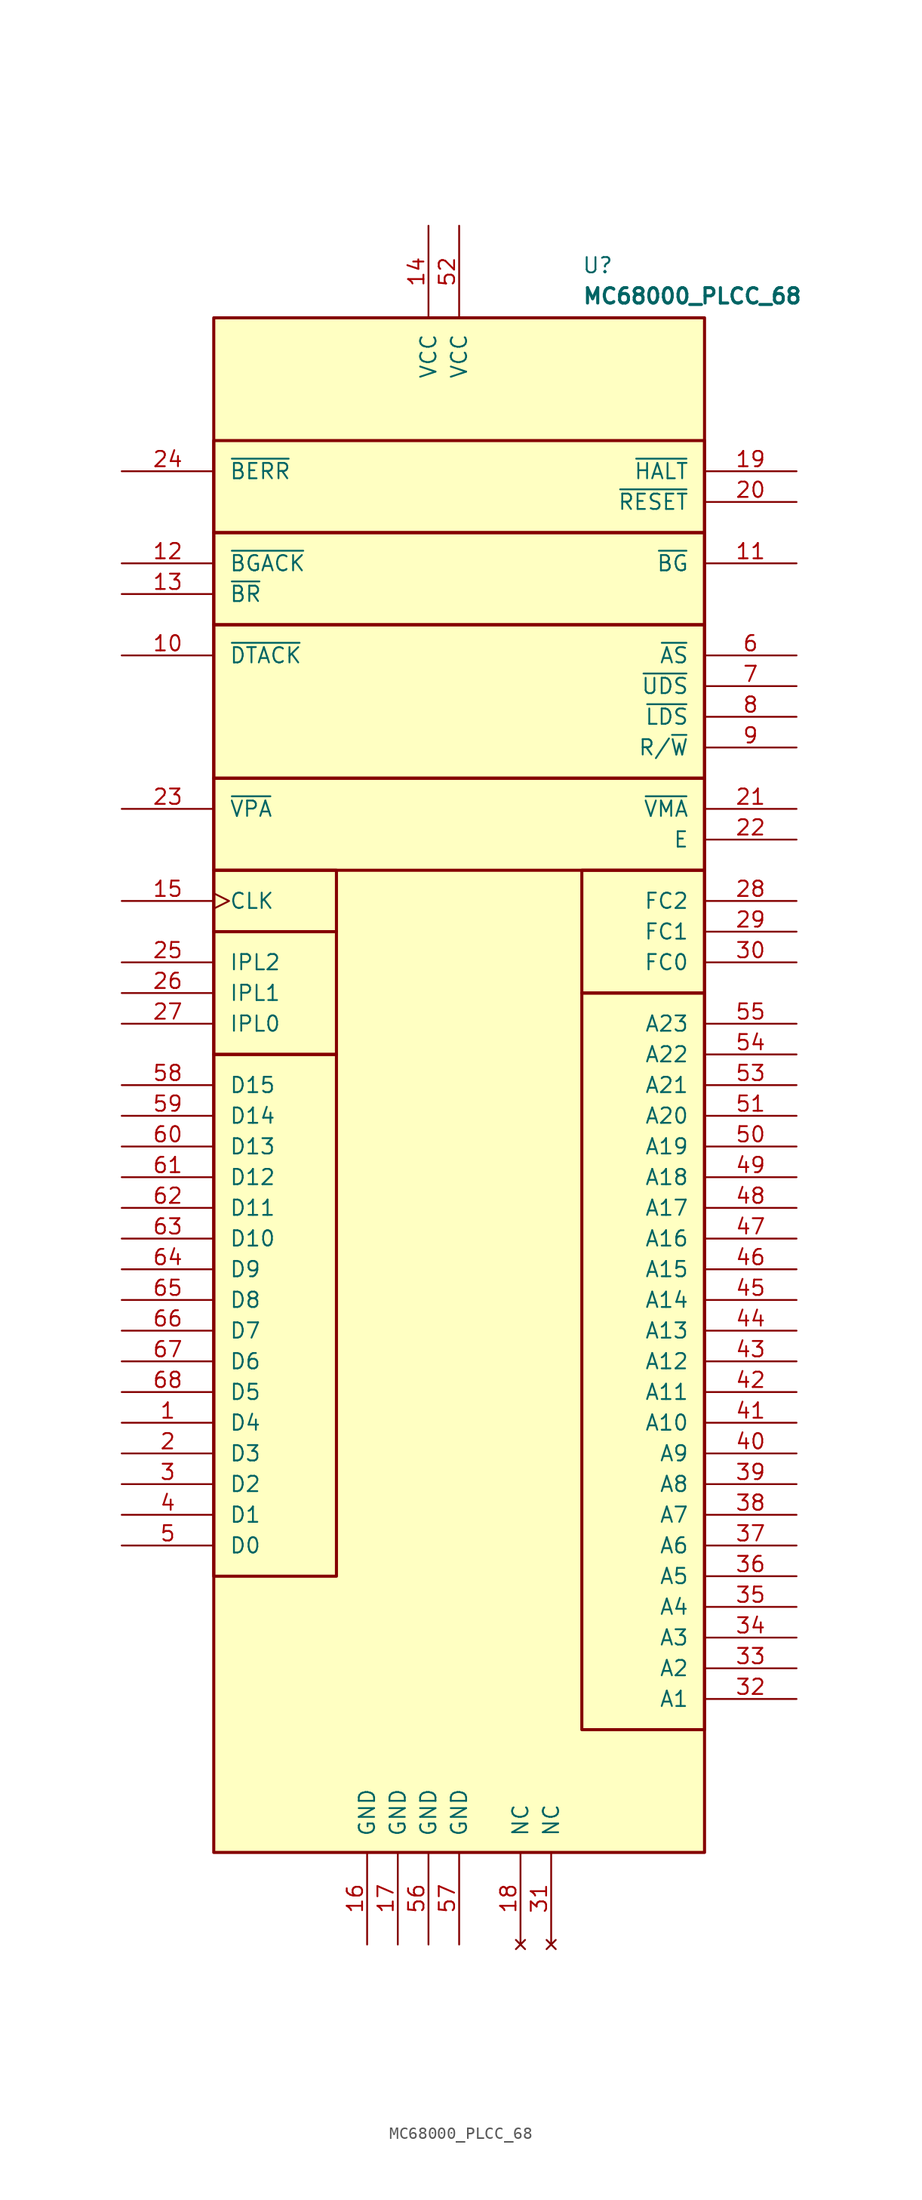
<source format=kicad_sym>
(kicad_symbol_lib
  (version 20220914)
  (generator electronic-symbol-generator-for-cad-by-sporniket)
  (symbol "MC68000_PLCC_68"
    (pin_names
      (offset 1.27))
    (property "Reference" "U"
      (at 10.16 68.58 0)
      (effects (font (size 1.27 1.27)) (justify left top)))
    (property "Value" "MC68000_PLCC_68"
      (at 10.16 66.04 0)
      (effects (font (size 1.27 1.27) bold) (justify left top)))
    (property "ki_locked" ""
      (at 0 0 0)
      (effects (font (size 1.27 1.27))))
    (symbol "MC68000_PLCC_68_0_0"
      (rectangle (start -20.32 2.54) (end -10.16 -40.64) (stroke (width 0.254) (type solid)) (fill (type none)))
      (rectangle (start -20.32 12.7) (end -10.16 2.54) (stroke (width 0.254) (type solid)) (fill (type none)))
      (rectangle (start -20.32 17.78) (end -10.16 12.7) (stroke (width 0.254) (type solid)) (fill (type none)))
      (rectangle (start -20.32 25.4) (end 20.32 17.78) (stroke (width 0.254) (type solid)) (fill (type none)))
      (rectangle (start -20.32 38.1) (end 20.32 25.4) (stroke (width 0.254) (type solid)) (fill (type none)))
      (rectangle (start -20.32 45.72) (end 20.32 38.1) (stroke (width 0.254) (type solid)) (fill (type none)))
      (rectangle (start -20.32 53.34) (end 20.32 45.72) (stroke (width 0.254) (type solid)) (fill (type none)))
      (rectangle (start -20.32 63.5) (end 20.32 -63.5) (stroke (width 0.254) (type solid)) (fill (type background)))
      (rectangle (start 10.16 7.62) (end 20.32 -53.34) (stroke (width 0.254) (type solid)) (fill (type none)))
      (rectangle (start 10.16 17.78) (end 20.32 7.62) (stroke (width 0.254) (type solid)) (fill (type none)))
      (pin bidirectional line (at -27.94 -27.94 0) (length 7.62) (name "D4" (effects (font (size 1.27 1.27)))) (number "1" (effects (font (size 1.27 1.27)))))
      (pin input line (at -27.94 35.56 0) (length 7.62) (name "~{DTACK}" (effects (font (size 1.27 1.27)))) (number "10" (effects (font (size 1.27 1.27)))))
      (pin output line (at 27.94 43.18 180) (length 7.62) (name "~{BG}" (effects (font (size 1.27 1.27)))) (number "11" (effects (font (size 1.27 1.27)))))
      (pin input line (at -27.94 43.18 0) (length 7.62) (name "~{BGACK}" (effects (font (size 1.27 1.27)))) (number "12" (effects (font (size 1.27 1.27)))))
      (pin input line (at -27.94 40.64 0) (length 7.62) (name "~{BR}" (effects (font (size 1.27 1.27)))) (number "13" (effects (font (size 1.27 1.27)))))
      (pin power_in line (at -2.54 71.12 270) (length 7.62) (name "VCC" (effects (font (size 1.27 1.27)))) (number "14" (effects (font (size 1.27 1.27)))))
      (pin input clock (at -27.94 15.24 0) (length 7.62) (name "CLK" (effects (font (size 1.27 1.27)))) (number "15" (effects (font (size 1.27 1.27)))))
      (pin power_in line (at -7.62 -71.12 90) (length 7.62) (name "GND" (effects (font (size 1.27 1.27)))) (number "16" (effects (font (size 1.27 1.27)))))
      (pin power_in line (at -5.08 -71.12 90) (length 7.62) (name "GND" (effects (font (size 1.27 1.27)))) (number "17" (effects (font (size 1.27 1.27)))))
      (pin no_connect line (at 5.08 -71.12 90) (length 7.62) (name "NC" (effects (font (size 1.27 1.27)))) (number "18" (effects (font (size 1.27 1.27)))))
      (pin bidirectional line (at 27.94 50.8 180) (length 7.62) (name "~{HALT}" (effects (font (size 1.27 1.27)))) (number "19" (effects (font (size 1.27 1.27)))))
      (pin bidirectional line (at -27.94 -30.48 0) (length 7.62) (name "D3" (effects (font (size 1.27 1.27)))) (number "2" (effects (font (size 1.27 1.27)))))
      (pin bidirectional line (at 27.94 48.26 180) (length 7.62) (name "~{RESET}" (effects (font (size 1.27 1.27)))) (number "20" (effects (font (size 1.27 1.27)))))
      (pin output line (at 27.94 22.86 180) (length 7.62) (name "~{VMA}" (effects (font (size 1.27 1.27)))) (number "21" (effects (font (size 1.27 1.27)))))
      (pin output line (at 27.94 20.32 180) (length 7.62) (name "E" (effects (font (size 1.27 1.27)))) (number "22" (effects (font (size 1.27 1.27)))))
      (pin input line (at -27.94 22.86 0) (length 7.62) (name "~{VPA}" (effects (font (size 1.27 1.27)))) (number "23" (effects (font (size 1.27 1.27)))))
      (pin input line (at -27.94 50.8 0) (length 7.62) (name "~{BERR}" (effects (font (size 1.27 1.27)))) (number "24" (effects (font (size 1.27 1.27)))))
      (pin input line (at -27.94 10.16 0) (length 7.62) (name "IPL2" (effects (font (size 1.27 1.27)))) (number "25" (effects (font (size 1.27 1.27)))))
      (pin input line (at -27.94 7.62 0) (length 7.62) (name "IPL1" (effects (font (size 1.27 1.27)))) (number "26" (effects (font (size 1.27 1.27)))))
      (pin input line (at -27.94 5.08 0) (length 7.62) (name "IPL0" (effects (font (size 1.27 1.27)))) (number "27" (effects (font (size 1.27 1.27)))))
      (pin tri_state line (at 27.94 15.24 180) (length 7.62) (name "FC2" (effects (font (size 1.27 1.27)))) (number "28" (effects (font (size 1.27 1.27)))))
      (pin tri_state line (at 27.94 12.7 180) (length 7.62) (name "FC1" (effects (font (size 1.27 1.27)))) (number "29" (effects (font (size 1.27 1.27)))))
      (pin bidirectional line (at -27.94 -33.02 0) (length 7.62) (name "D2" (effects (font (size 1.27 1.27)))) (number "3" (effects (font (size 1.27 1.27)))))
      (pin tri_state line (at 27.94 10.16 180) (length 7.62) (name "FC0" (effects (font (size 1.27 1.27)))) (number "30" (effects (font (size 1.27 1.27)))))
      (pin no_connect line (at 7.62 -71.12 90) (length 7.62) (name "NC" (effects (font (size 1.27 1.27)))) (number "31" (effects (font (size 1.27 1.27)))))
      (pin output line (at 27.94 -50.8 180) (length 7.62) (name "A1" (effects (font (size 1.27 1.27)))) (number "32" (effects (font (size 1.27 1.27)))))
      (pin output line (at 27.94 -48.26 180) (length 7.62) (name "A2" (effects (font (size 1.27 1.27)))) (number "33" (effects (font (size 1.27 1.27)))))
      (pin output line (at 27.94 -45.72 180) (length 7.62) (name "A3" (effects (font (size 1.27 1.27)))) (number "34" (effects (font (size 1.27 1.27)))))
      (pin output line (at 27.94 -43.18 180) (length 7.62) (name "A4" (effects (font (size 1.27 1.27)))) (number "35" (effects (font (size 1.27 1.27)))))
      (pin output line (at 27.94 -40.64 180) (length 7.62) (name "A5" (effects (font (size 1.27 1.27)))) (number "36" (effects (font (size 1.27 1.27)))))
      (pin output line (at 27.94 -38.1 180) (length 7.62) (name "A6" (effects (font (size 1.27 1.27)))) (number "37" (effects (font (size 1.27 1.27)))))
      (pin output line (at 27.94 -35.56 180) (length 7.62) (name "A7" (effects (font (size 1.27 1.27)))) (number "38" (effects (font (size 1.27 1.27)))))
      (pin output line (at 27.94 -33.02 180) (length 7.62) (name "A8" (effects (font (size 1.27 1.27)))) (number "39" (effects (font (size 1.27 1.27)))))
      (pin bidirectional line (at -27.94 -35.56 0) (length 7.62) (name "D1" (effects (font (size 1.27 1.27)))) (number "4" (effects (font (size 1.27 1.27)))))
      (pin output line (at 27.94 -30.48 180) (length 7.62) (name "A9" (effects (font (size 1.27 1.27)))) (number "40" (effects (font (size 1.27 1.27)))))
      (pin output line (at 27.94 -27.94 180) (length 7.62) (name "A10" (effects (font (size 1.27 1.27)))) (number "41" (effects (font (size 1.27 1.27)))))
      (pin output line (at 27.94 -25.4 180) (length 7.62) (name "A11" (effects (font (size 1.27 1.27)))) (number "42" (effects (font (size 1.27 1.27)))))
      (pin output line (at 27.94 -22.86 180) (length 7.62) (name "A12" (effects (font (size 1.27 1.27)))) (number "43" (effects (font (size 1.27 1.27)))))
      (pin output line (at 27.94 -20.32 180) (length 7.62) (name "A13" (effects (font (size 1.27 1.27)))) (number "44" (effects (font (size 1.27 1.27)))))
      (pin output line (at 27.94 -17.78 180) (length 7.62) (name "A14" (effects (font (size 1.27 1.27)))) (number "45" (effects (font (size 1.27 1.27)))))
      (pin output line (at 27.94 -15.24 180) (length 7.62) (name "A15" (effects (font (size 1.27 1.27)))) (number "46" (effects (font (size 1.27 1.27)))))
      (pin output line (at 27.94 -12.7 180) (length 7.62) (name "A16" (effects (font (size 1.27 1.27)))) (number "47" (effects (font (size 1.27 1.27)))))
      (pin output line (at 27.94 -10.16 180) (length 7.62) (name "A17" (effects (font (size 1.27 1.27)))) (number "48" (effects (font (size 1.27 1.27)))))
      (pin output line (at 27.94 -7.62 180) (length 7.62) (name "A18" (effects (font (size 1.27 1.27)))) (number "49" (effects (font (size 1.27 1.27)))))
      (pin bidirectional line (at -27.94 -38.1 0) (length 7.62) (name "D0" (effects (font (size 1.27 1.27)))) (number "5" (effects (font (size 1.27 1.27)))))
      (pin output line (at 27.94 -5.08 180) (length 7.62) (name "A19" (effects (font (size 1.27 1.27)))) (number "50" (effects (font (size 1.27 1.27)))))
      (pin output line (at 27.94 -2.54 180) (length 7.62) (name "A20" (effects (font (size 1.27 1.27)))) (number "51" (effects (font (size 1.27 1.27)))))
      (pin power_in line (at 0 71.12 270) (length 7.62) (name "VCC" (effects (font (size 1.27 1.27)))) (number "52" (effects (font (size 1.27 1.27)))))
      (pin output line (at 27.94 0 180) (length 7.62) (name "A21" (effects (font (size 1.27 1.27)))) (number "53" (effects (font (size 1.27 1.27)))))
      (pin output line (at 27.94 2.54 180) (length 7.62) (name "A22" (effects (font (size 1.27 1.27)))) (number "54" (effects (font (size 1.27 1.27)))))
      (pin output line (at 27.94 5.08 180) (length 7.62) (name "A23" (effects (font (size 1.27 1.27)))) (number "55" (effects (font (size 1.27 1.27)))))
      (pin power_in line (at -2.54 -71.12 90) (length 7.62) (name "GND" (effects (font (size 1.27 1.27)))) (number "56" (effects (font (size 1.27 1.27)))))
      (pin power_in line (at 0 -71.12 90) (length 7.62) (name "GND" (effects (font (size 1.27 1.27)))) (number "57" (effects (font (size 1.27 1.27)))))
      (pin bidirectional line (at -27.94 0 0) (length 7.62) (name "D15" (effects (font (size 1.27 1.27)))) (number "58" (effects (font (size 1.27 1.27)))))
      (pin bidirectional line (at -27.94 -2.54 0) (length 7.62) (name "D14" (effects (font (size 1.27 1.27)))) (number "59" (effects (font (size 1.27 1.27)))))
      (pin tri_state line (at 27.94 35.56 180) (length 7.62) (name "~{AS}" (effects (font (size 1.27 1.27)))) (number "6" (effects (font (size 1.27 1.27)))))
      (pin bidirectional line (at -27.94 -5.08 0) (length 7.62) (name "D13" (effects (font (size 1.27 1.27)))) (number "60" (effects (font (size 1.27 1.27)))))
      (pin bidirectional line (at -27.94 -7.62 0) (length 7.62) (name "D12" (effects (font (size 1.27 1.27)))) (number "61" (effects (font (size 1.27 1.27)))))
      (pin bidirectional line (at -27.94 -10.16 0) (length 7.62) (name "D11" (effects (font (size 1.27 1.27)))) (number "62" (effects (font (size 1.27 1.27)))))
      (pin bidirectional line (at -27.94 -12.7 0) (length 7.62) (name "D10" (effects (font (size 1.27 1.27)))) (number "63" (effects (font (size 1.27 1.27)))))
      (pin bidirectional line (at -27.94 -15.24 0) (length 7.62) (name "D9" (effects (font (size 1.27 1.27)))) (number "64" (effects (font (size 1.27 1.27)))))
      (pin bidirectional line (at -27.94 -17.78 0) (length 7.62) (name "D8" (effects (font (size 1.27 1.27)))) (number "65" (effects (font (size 1.27 1.27)))))
      (pin bidirectional line (at -27.94 -20.32 0) (length 7.62) (name "D7" (effects (font (size 1.27 1.27)))) (number "66" (effects (font (size 1.27 1.27)))))
      (pin bidirectional line (at -27.94 -22.86 0) (length 7.62) (name "D6" (effects (font (size 1.27 1.27)))) (number "67" (effects (font (size 1.27 1.27)))))
      (pin bidirectional line (at -27.94 -25.4 0) (length 7.62) (name "D5" (effects (font (size 1.27 1.27)))) (number "68" (effects (font (size 1.27 1.27)))))
      (pin tri_state line (at 27.94 33.02 180) (length 7.62) (name "~{UDS}" (effects (font (size 1.27 1.27)))) (number "7" (effects (font (size 1.27 1.27)))))
      (pin tri_state line (at 27.94 30.48 180) (length 7.62) (name "~{LDS}" (effects (font (size 1.27 1.27)))) (number "8" (effects (font (size 1.27 1.27)))))
      (pin tri_state line (at 27.94 27.94 180) (length 7.62) (name "R/~{W}" (effects (font (size 1.27 1.27)))) (number "9" (effects (font (size 1.27 1.27))))))))
</source>
